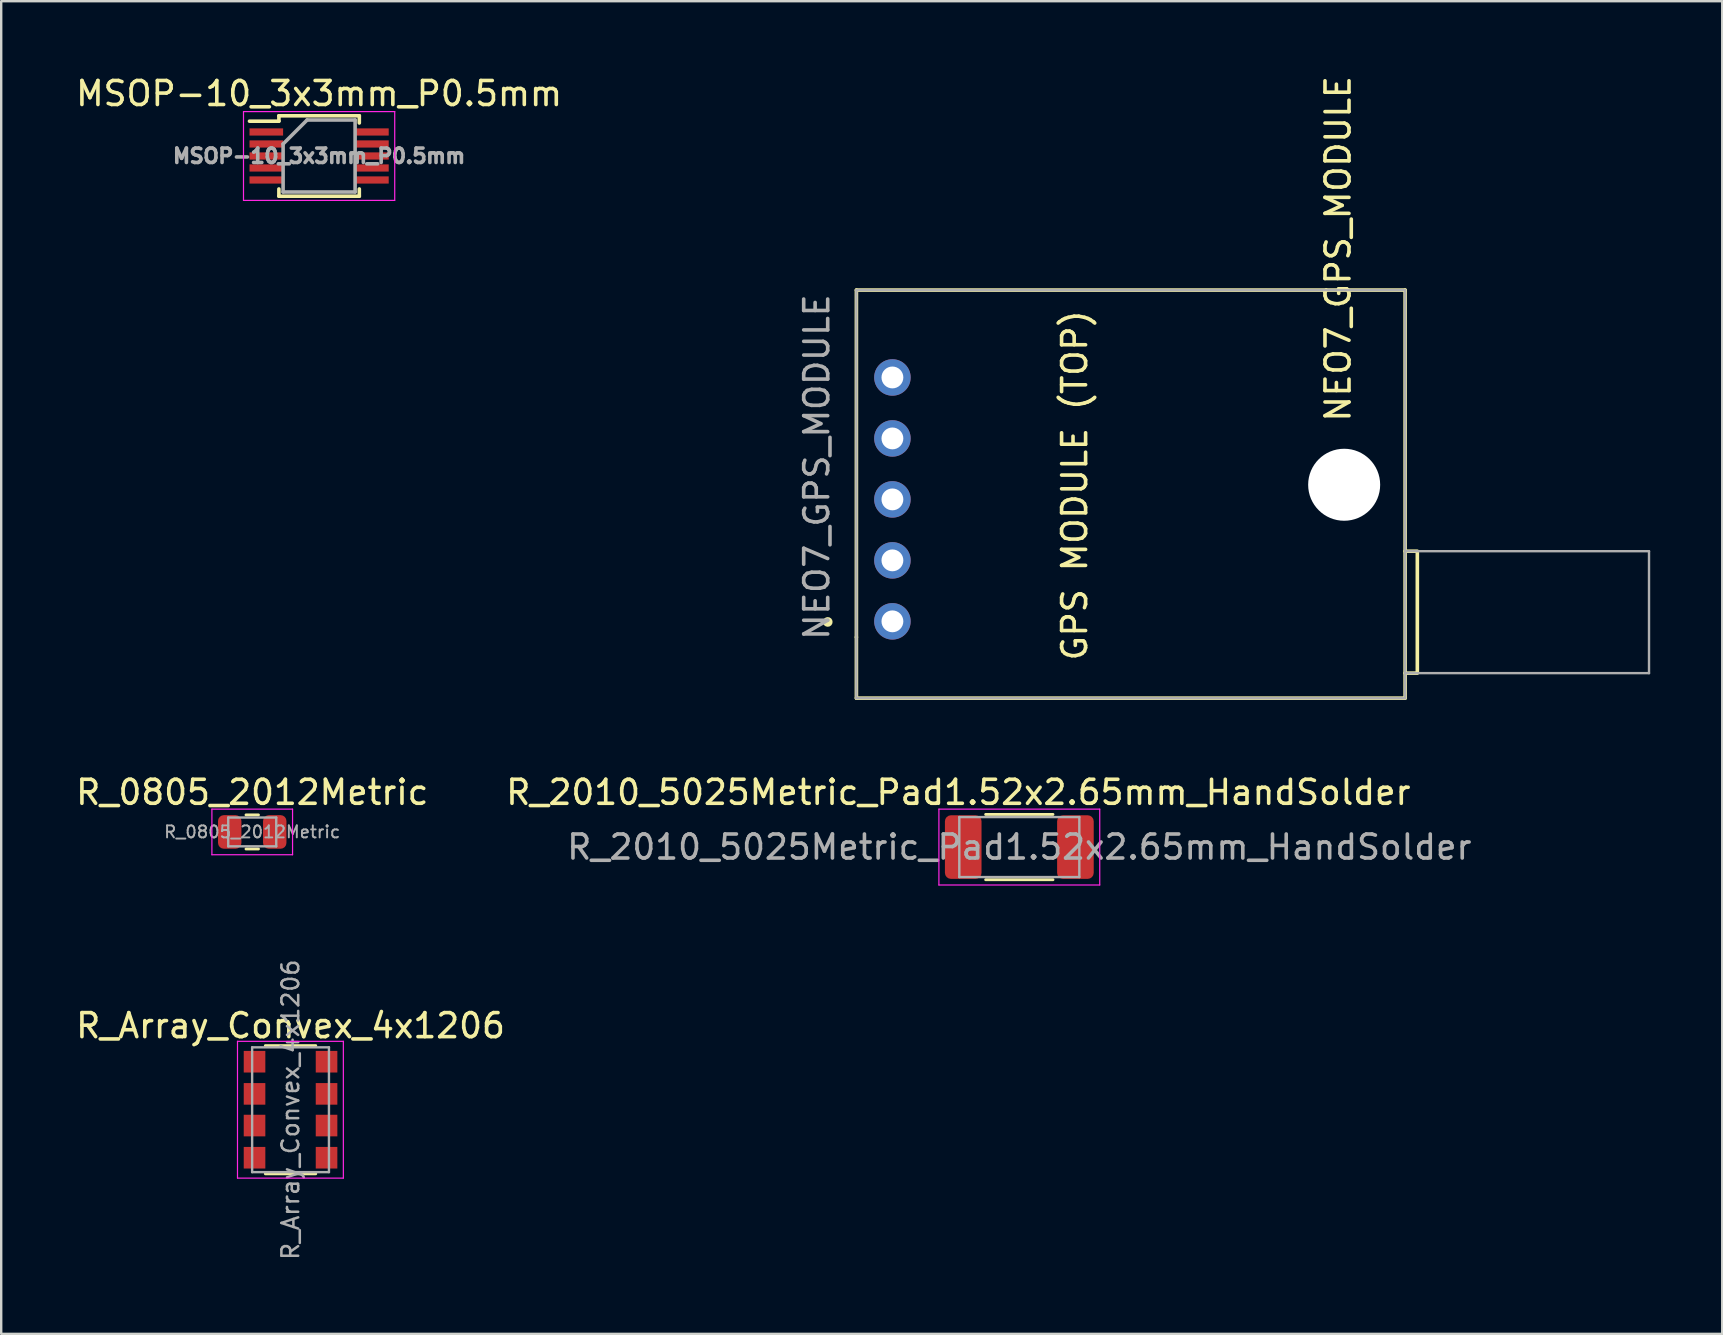
<source format=kicad_pcb>
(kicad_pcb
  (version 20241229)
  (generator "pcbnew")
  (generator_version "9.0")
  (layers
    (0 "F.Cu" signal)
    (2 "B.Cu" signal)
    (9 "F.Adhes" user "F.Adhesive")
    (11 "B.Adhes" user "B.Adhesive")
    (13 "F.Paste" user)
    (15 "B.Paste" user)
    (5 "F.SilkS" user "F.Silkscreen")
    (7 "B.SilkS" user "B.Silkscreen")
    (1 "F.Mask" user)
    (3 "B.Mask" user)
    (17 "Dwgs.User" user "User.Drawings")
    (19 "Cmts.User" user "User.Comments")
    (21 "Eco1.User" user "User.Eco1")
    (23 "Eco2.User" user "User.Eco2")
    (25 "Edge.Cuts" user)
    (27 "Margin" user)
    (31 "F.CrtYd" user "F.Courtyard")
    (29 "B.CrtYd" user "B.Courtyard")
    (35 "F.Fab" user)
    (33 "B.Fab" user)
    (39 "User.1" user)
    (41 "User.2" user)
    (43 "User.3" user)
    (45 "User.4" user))
  (footprint "R_2010_5025Metric_Pad1.52x2.65mm_HandSolder"
    (layer "F.Cu")
    (at 39.415 32.239)
    (property "Reference" "R_2010_5025Metric_Pad1.52x2.65mm_HandSolder" (at -2.54 -2.28 0) (layer "F.SilkS") (effects (font (size 1 1) (thickness 0.15))))
    (attr smd)
    (fp_line (start -1.402 -1.36) (end 1.402 -1.36) (stroke (width 0.12) (type solid)) (layer "F.SilkS"))
    (fp_line (start -1.402 1.36) (end 1.402 1.36) (stroke (width 0.12) (type solid)) (layer "F.SilkS"))
    (fp_line (start -3.35 -1.58) (end 3.35 -1.58) (stroke (width 0.05) (type solid)) (layer "F.CrtYd"))
    (fp_line (start -3.35 1.58) (end -3.35 -1.58) (stroke (width 0.05) (type solid)) (layer "F.CrtYd"))
    (fp_line (start 3.35 -1.58) (end 3.35 1.58) (stroke (width 0.05) (type solid)) (layer "F.CrtYd"))
    (fp_line (start 3.35 1.58) (end -3.35 1.58) (stroke (width 0.05) (type solid)) (layer "F.CrtYd"))
    (fp_line (start -2.5 -1.25) (end 2.5 -1.25) (stroke (width 0.1) (type solid)) (layer "F.Fab"))
    (fp_line (start -2.5 1.25) (end -2.5 -1.25) (stroke (width 0.1) (type solid)) (layer "F.Fab"))
    (fp_line (start 2.5 -1.25) (end 2.5 1.25) (stroke (width 0.1) (type solid)) (layer "F.Fab"))
    (fp_line (start 2.5 1.25) (end -2.5 1.25) (stroke (width 0.1) (type solid)) (layer "F.Fab"))
    (fp_text user "${REFERENCE}" (at 0 0 0) (layer "F.Fab") (effects (font (size 1 1) (thickness 0.15))))
    (pad "1" smd roundrect (at -2.337 0) (size 1.525 2.65) (layers "F.Cu" "F.Mask" "F.Paste") (roundrect_rratio 0.164))
    (pad "2" smd roundrect (at 2.337 0) (size 1.525 2.65) (layers "F.Cu" "F.Mask" "F.Paste") (roundrect_rratio 0.164)))
  (footprint "MSOP-10_3x3mm_P0.5mm"
    (layer "F.Cu")
    (at 10.244 3.448)
    (property "Reference" "MSOP-10_3x3mm_P0.5mm" (at 0 -2.6 0) (layer "F.SilkS") (effects (font (size 1 1) (thickness 0.15))))
    (attr smd)
    (fp_line (start -1.675 -1.675) (end -1.675 -1.45) (stroke (width 0.15) (type solid)) (layer "F.SilkS"))
    (fp_line (start -1.675 -1.675) (end 1.675 -1.675) (stroke (width 0.15) (type solid)) (layer "F.SilkS"))
    (fp_line (start -1.675 -1.45) (end -2.9 -1.45) (stroke (width 0.15) (type solid)) (layer "F.SilkS"))
    (fp_line (start -1.675 1.675) (end -1.675 1.375) (stroke (width 0.15) (type solid)) (layer "F.SilkS"))
    (fp_line (start -1.675 1.675) (end 1.675 1.675) (stroke (width 0.15) (type solid)) (layer "F.SilkS"))
    (fp_line (start 1.675 -1.675) (end 1.675 -1.375) (stroke (width 0.15) (type solid)) (layer "F.SilkS"))
    (fp_line (start 1.675 1.675) (end 1.675 1.375) (stroke (width 0.15) (type solid)) (layer "F.SilkS"))
    (fp_line (start -3.15 -1.85) (end -3.15 1.85) (stroke (width 0.05) (type solid)) (layer "F.CrtYd"))
    (fp_line (start -3.15 -1.85) (end 3.15 -1.85) (stroke (width 0.05) (type solid)) (layer "F.CrtYd"))
    (fp_line (start -3.15 1.85) (end 3.15 1.85) (stroke (width 0.05) (type solid)) (layer "F.CrtYd"))
    (fp_line (start 3.15 -1.85) (end 3.15 1.85) (stroke (width 0.05) (type solid)) (layer "F.CrtYd"))
    (fp_line (start -1.5 -0.5) (end -0.5 -1.5) (stroke (width 0.15) (type solid)) (layer "F.Fab"))
    (fp_line (start -1.5 1.5) (end -1.5 -0.5) (stroke (width 0.15) (type solid)) (layer "F.Fab"))
    (fp_line (start -0.5 -1.5) (end 1.5 -1.5) (stroke (width 0.15) (type solid)) (layer "F.Fab"))
    (fp_line (start 1.5 -1.5) (end 1.5 1.5) (stroke (width 0.15) (type solid)) (layer "F.Fab"))
    (fp_line (start 1.5 1.5) (end -1.5 1.5) (stroke (width 0.15) (type solid)) (layer "F.Fab"))
    (fp_text user "${REFERENCE}" (at 0 0 0) (layer "F.Fab") (effects (font (size 0.6 0.6) (thickness 0.15))))
    (pad "1" smd rect (at -2.2 -1) (size 1.4 0.3) (layers "F.Cu" "F.Mask" "F.Paste"))
    (pad "2" smd rect (at -2.2 -0.5) (size 1.4 0.3) (layers "F.Cu" "F.Mask" "F.Paste"))
    (pad "3" smd rect (at -2.2 0) (size 1.4 0.3) (layers "F.Cu" "F.Mask" "F.Paste"))
    (pad "4" smd rect (at -2.2 0.5) (size 1.4 0.3) (layers "F.Cu" "F.Mask" "F.Paste"))
    (pad "5" smd rect (at -2.2 1) (size 1.4 0.3) (layers "F.Cu" "F.Mask" "F.Paste"))
    (pad "6" smd rect (at 2.2 1) (size 1.4 0.3) (layers "F.Cu" "F.Mask" "F.Paste"))
    (pad "7" smd rect (at 2.2 0.5) (size 1.4 0.3) (layers "F.Cu" "F.Mask" "F.Paste"))
    (pad "8" smd rect (at 2.2 0) (size 1.4 0.3) (layers "F.Cu" "F.Mask" "F.Paste"))
    (pad "9" smd rect (at 2.2 -0.5) (size 1.4 0.3) (layers "F.Cu" "F.Mask" "F.Paste"))
    (pad "10" smd rect (at 2.2 -1) (size 1.4 0.3) (layers "F.Cu" "F.Mask" "F.Paste")))
  (footprint "R_0805_2012Metric"
    (layer "F.Cu")
    (at 7.458 31.609)
    (property "Reference" "R_0805_2012Metric" (at 0 -1.65 0) (layer "F.SilkS") (effects (font (size 1 1) (thickness 0.15))))
    (attr smd)
    (fp_line (start -0.259 -0.71) (end 0.259 -0.71) (stroke (width 0.12) (type solid)) (layer "F.SilkS"))
    (fp_line (start -0.259 0.71) (end 0.259 0.71) (stroke (width 0.12) (type solid)) (layer "F.SilkS"))
    (fp_line (start -1.68 -0.95) (end 1.68 -0.95) (stroke (width 0.05) (type solid)) (layer "F.CrtYd"))
    (fp_line (start -1.68 0.95) (end -1.68 -0.95) (stroke (width 0.05) (type solid)) (layer "F.CrtYd"))
    (fp_line (start 1.68 -0.95) (end 1.68 0.95) (stroke (width 0.05) (type solid)) (layer "F.CrtYd"))
    (fp_line (start 1.68 0.95) (end -1.68 0.95) (stroke (width 0.05) (type solid)) (layer "F.CrtYd"))
    (fp_line (start -1 -0.6) (end 1 -0.6) (stroke (width 0.1) (type solid)) (layer "F.Fab"))
    (fp_line (start -1 0.6) (end -1 -0.6) (stroke (width 0.1) (type solid)) (layer "F.Fab"))
    (fp_line (start 1 -0.6) (end 1 0.6) (stroke (width 0.1) (type solid)) (layer "F.Fab"))
    (fp_line (start 1 0.6) (end -1 0.6) (stroke (width 0.1) (type solid)) (layer "F.Fab"))
    (fp_text user "${REFERENCE}" (at 0 0 0) (layer "F.Fab") (effects (font (size 0.5 0.5) (thickness 0.08))))
    (pad "1" smd roundrect (at -0.938 0) (size 0.975 1.4) (layers "F.Cu" "F.Mask" "F.Paste") (roundrect_rratio 0.25))
    (pad "2" smd roundrect (at 0.938 0) (size 0.975 1.4) (layers "F.Cu" "F.Mask" "F.Paste") (roundrect_rratio 0.25)))
  (footprint "NEO7_GPS_MODULE"
    (layer "F.Cu")
    (at 23.738 12.065)
    (property "Reference" "NEO7_GPS_MODULE" (at 28.956 -4.75 270) (layer "F.SilkS") (effects (font (size 1 1) (thickness 0.15))))
    (attr through_hole)
    (fp_line (start 8.89 -3.03) (end 31.75 -3.03) (stroke (width 0.15) (type solid)) (layer "F.SilkS"))
    (fp_line (start 8.89 11.43) (end 8.89 -3.03) (stroke (width 0.15) (type solid)) (layer "F.SilkS"))
    (fp_line (start 8.89 13.97) (end 8.89 11.43) (stroke (width 0.15) (type solid)) (layer "F.SilkS"))
    (fp_line (start 31.75 -3.03) (end 31.75 13.97) (stroke (width 0.15) (type solid)) (layer "F.SilkS"))
    (fp_line (start 31.75 13.97) (end 8.89 13.97) (stroke (width 0.15) (type solid)) (layer "F.SilkS"))
    (fp_line (start 32.258 7.849) (end 31.75 7.849) (stroke (width 0.15) (type solid)) (layer "F.SilkS"))
    (fp_line (start 32.258 7.889) (end 32.258 12.889) (stroke (width 0.15) (type solid)) (layer "F.SilkS"))
    (fp_line (start 32.258 12.929) (end 31.75 12.929) (stroke (width 0.15) (type solid)) (layer "F.SilkS"))
    (fp_circle (center 7.696 10.795) (end 7.798 10.795) (stroke (width 0.2) (type solid)) (fill no) (layer "F.SilkS"))
    (fp_line (start 8.89 -3.03) (end 31.75 -3.03) (stroke (width 0.1) (type solid)) (layer "F.Fab"))
    (fp_line (start 8.89 13.97) (end 8.89 -3.03) (stroke (width 0.1) (type solid)) (layer "F.Fab"))
    (fp_line (start 8.89 13.97) (end 31.75 13.97) (stroke (width 0.1) (type solid)) (layer "F.Fab"))
    (fp_line (start 31.75 7.849) (end 41.91 7.849) (stroke (width 0.1) (type solid)) (layer "F.Fab"))
    (fp_line (start 31.75 13.97) (end 31.75 -3.03) (stroke (width 0.1) (type solid)) (layer "F.Fab"))
    (fp_line (start 41.91 12.929) (end 31.75 12.929) (stroke (width 0.1) (type solid)) (layer "F.Fab"))
    (fp_line (start 41.91 12.929) (end 41.91 7.849) (stroke (width 0.1) (type solid)) (layer "F.Fab"))
    (fp_text user "GPS MODULE (TOP)" (at 17.983 5.105 90) (layer "F.SilkS") (effects (font (size 1 1) (thickness 0.15))))
    (fp_text user "${REFERENCE}" (at 7.239 4.343 90) (layer "F.Fab") (effects (font (size 1 1) (thickness 0.15))))
    (pad "" np_thru_hole circle (at 29.21 5.08) (size 3 3) (drill 3) (layers "*.Cu" "*.Mask"))
    (pad "1" thru_hole circle (at 10.39 10.77 270) (size 1.52 1.52) (drill 0.91) (layers "*.Cu" "*.Mask"))
    (pad "2" thru_hole circle (at 10.39 8.23 270) (size 1.52 1.52) (drill 0.91) (layers "*.Cu" "*.Mask"))
    (pad "3" thru_hole circle (at 10.39 5.69 270) (size 1.52 1.52) (drill 0.91) (layers "*.Cu" "*.Mask"))
    (pad "4" thru_hole circle (at 10.39 3.15 270) (size 1.52 1.52) (drill 0.91) (layers "*.Cu" "*.Mask"))
    (pad "5" thru_hole circle (at 10.39 0.61 270) (size 1.52 1.52) (drill 0.91) (layers "*.Cu" "*.Mask")))
  (footprint "R_Array_Convex_4x1206"
    (layer "F.Cu")
    (at 9.054 43.181)
    (property "Reference" "R_Array_Convex_4x1206" (at 0 -3.5 0) (layer "F.SilkS") (effects (font (size 1 1) (thickness 0.15))))
    (attr smd)
    (fp_line (start 1.05 -2.67) (end -1.05 -2.67) (stroke (width 0.12) (type solid)) (layer "F.SilkS"))
    (fp_line (start 1.05 2.67) (end -1.05 2.67) (stroke (width 0.12) (type solid)) (layer "F.SilkS"))
    (fp_line (start -2.21 -2.85) (end -2.21 2.85) (stroke (width 0.05) (type solid)) (layer "F.CrtYd"))
    (fp_line (start -2.21 -2.85) (end 2.2 -2.85) (stroke (width 0.05) (type solid)) (layer "F.CrtYd"))
    (fp_line (start 2.2 2.85) (end -2.21 2.85) (stroke (width 0.05) (type solid)) (layer "F.CrtYd"))
    (fp_line (start 2.2 2.85) (end 2.2 -2.85) (stroke (width 0.05) (type solid)) (layer "F.CrtYd"))
    (fp_line (start -1.6 -2.6) (end -1.6 2.6) (stroke (width 0.1) (type solid)) (layer "F.Fab"))
    (fp_line (start -1.6 2.6) (end 1.6 2.6) (stroke (width 0.1) (type solid)) (layer "F.Fab"))
    (fp_line (start 1.6 -2.6) (end -1.6 -2.6) (stroke (width 0.1) (type solid)) (layer "F.Fab"))
    (fp_line (start 1.6 2.6) (end 1.6 -2.6) (stroke (width 0.1) (type solid)) (layer "F.Fab"))
    (fp_text user "${REFERENCE}" (at 0 0 90) (layer "F.Fab") (effects (font (size 0.7 0.7) (thickness 0.105))))
    (pad "1" smd rect (at -1.5 -2) (size 0.9 0.9) (layers "F.Cu" "F.Mask" "F.Paste"))
    (pad "2" smd rect (at -1.5 -0.66) (size 0.9 0.9) (layers "F.Cu" "F.Mask" "F.Paste"))
    (pad "3" smd rect (at -1.5 0.66) (size 0.9 0.9) (layers "F.Cu" "F.Mask" "F.Paste"))
    (pad "4" smd rect (at -1.5 2) (size 0.9 0.9) (layers "F.Cu" "F.Mask" "F.Paste"))
    (pad "5" smd rect (at 1.5 2) (size 0.9 0.9) (layers "F.Cu" "F.Mask" "F.Paste"))
    (pad "6" smd rect (at 1.5 0.66) (size 0.9 0.9) (layers "F.Cu" "F.Mask" "F.Paste"))
    (pad "7" smd rect (at 1.5 -0.66) (size 0.9 0.9) (layers "F.Cu" "F.Mask" "F.Paste"))
    (pad "8" smd rect (at 1.5 -2) (size 0.9 0.9) (layers "F.Cu" "F.Mask" "F.Paste")))
  (gr_rect
    (start -3 -3)
    (end 68.698 52.519)
    (stroke (width 0.1) (type default))
    (fill no)
    (layer "Edge.Cuts")))
</source>
